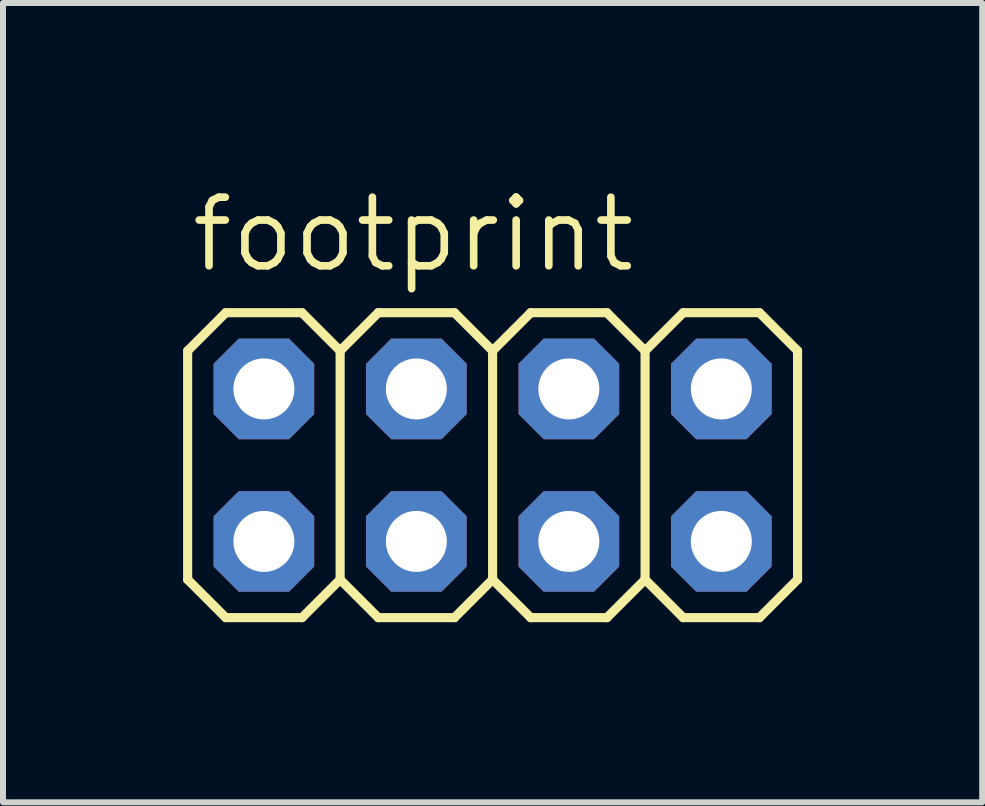
<source format=kicad_pcb>
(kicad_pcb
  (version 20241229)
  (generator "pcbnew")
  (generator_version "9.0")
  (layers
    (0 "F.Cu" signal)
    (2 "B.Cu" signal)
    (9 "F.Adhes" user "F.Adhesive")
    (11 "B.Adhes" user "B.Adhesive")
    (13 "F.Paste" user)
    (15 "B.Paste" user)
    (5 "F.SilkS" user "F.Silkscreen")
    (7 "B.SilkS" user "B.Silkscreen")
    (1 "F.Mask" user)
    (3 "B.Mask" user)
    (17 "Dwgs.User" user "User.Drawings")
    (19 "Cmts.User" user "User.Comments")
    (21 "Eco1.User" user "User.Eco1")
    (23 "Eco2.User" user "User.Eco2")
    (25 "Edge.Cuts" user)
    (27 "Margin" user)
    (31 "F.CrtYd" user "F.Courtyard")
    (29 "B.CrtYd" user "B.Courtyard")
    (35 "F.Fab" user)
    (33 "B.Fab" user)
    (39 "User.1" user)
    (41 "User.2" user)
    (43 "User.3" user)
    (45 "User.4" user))
  (footprint "footprint"
    (layer "F.Cu")
    (at 5.156 4.699)
    (property "Reference" "footprint" (at -5.08 -3.175 0) (layer "F.SilkS") (effects (font (size 1.143 1.143) (thickness 0.127)) (justify left bottom)))
    (fp_line (start -5.08 -1.905) (end -4.445 -2.54) (stroke (width 0.152) (type solid)) (layer "F.SilkS"))
    (fp_line (start -5.08 1.905) (end -5.08 -1.905) (stroke (width 0.152) (type solid)) (layer "F.SilkS"))
    (fp_line (start -5.08 1.905) (end -4.445 2.54) (stroke (width 0.152) (type solid)) (layer "F.SilkS"))
    (fp_line (start -4.445 -2.54) (end -3.175 -2.54) (stroke (width 0.152) (type solid)) (layer "F.SilkS"))
    (fp_line (start -4.445 2.54) (end -3.175 2.54) (stroke (width 0.152) (type solid)) (layer "F.SilkS"))
    (fp_line (start -3.175 -2.54) (end -2.54 -1.905) (stroke (width 0.152) (type solid)) (layer "F.SilkS"))
    (fp_line (start -3.175 2.54) (end -2.54 1.905) (stroke (width 0.152) (type solid)) (layer "F.SilkS"))
    (fp_line (start -2.54 -1.905) (end -2.54 1.905) (stroke (width 0.152) (type solid)) (layer "F.SilkS"))
    (fp_line (start -2.54 -1.905) (end -1.905 -2.54) (stroke (width 0.152) (type solid)) (layer "F.SilkS"))
    (fp_line (start -2.54 1.905) (end -1.905 2.54) (stroke (width 0.152) (type solid)) (layer "F.SilkS"))
    (fp_line (start -1.905 -2.54) (end -0.635 -2.54) (stroke (width 0.152) (type solid)) (layer "F.SilkS"))
    (fp_line (start -1.905 2.54) (end -0.635 2.54) (stroke (width 0.152) (type solid)) (layer "F.SilkS"))
    (fp_line (start -0.635 -2.54) (end 0 -1.905) (stroke (width 0.152) (type solid)) (layer "F.SilkS"))
    (fp_line (start -0.635 2.54) (end 0 1.905) (stroke (width 0.152) (type solid)) (layer "F.SilkS"))
    (fp_line (start 0 -1.905) (end 0 1.905) (stroke (width 0.152) (type solid)) (layer "F.SilkS"))
    (fp_line (start 0 -1.905) (end 0.635 -2.54) (stroke (width 0.152) (type solid)) (layer "F.SilkS"))
    (fp_line (start 0 1.905) (end 0.635 2.54) (stroke (width 0.152) (type solid)) (layer "F.SilkS"))
    (fp_line (start 0.635 -2.54) (end 1.905 -2.54) (stroke (width 0.152) (type solid)) (layer "F.SilkS"))
    (fp_line (start 0.635 2.54) (end 1.905 2.54) (stroke (width 0.152) (type solid)) (layer "F.SilkS"))
    (fp_line (start 1.905 -2.54) (end 2.54 -1.905) (stroke (width 0.152) (type solid)) (layer "F.SilkS"))
    (fp_line (start 1.905 2.54) (end 2.54 1.905) (stroke (width 0.152) (type solid)) (layer "F.SilkS"))
    (fp_line (start 2.54 -1.905) (end 2.54 1.905) (stroke (width 0.152) (type solid)) (layer "F.SilkS"))
    (fp_line (start 2.54 -1.905) (end 3.175 -2.54) (stroke (width 0.152) (type solid)) (layer "F.SilkS"))
    (fp_line (start 2.54 1.905) (end 3.175 2.54) (stroke (width 0.152) (type solid)) (layer "F.SilkS"))
    (fp_line (start 3.175 -2.54) (end 4.445 -2.54) (stroke (width 0.152) (type solid)) (layer "F.SilkS"))
    (fp_line (start 3.175 2.54) (end 4.445 2.54) (stroke (width 0.152) (type solid)) (layer "F.SilkS"))
    (fp_line (start 4.445 -2.54) (end 5.08 -1.905) (stroke (width 0.152) (type solid)) (layer "F.SilkS"))
    (fp_line (start 4.445 2.54) (end 5.08 1.905) (stroke (width 0.152) (type solid)) (layer "F.SilkS"))
    (fp_line (start 5.08 -1.905) (end 5.08 1.905) (stroke (width 0.152) (type solid)) (layer "F.SilkS"))
    (fp_poly (pts (xy -4.064 -1.016) (xy -3.556 -1.016) (xy -3.556 -1.524) (xy -4.064 -1.524)) (stroke (width 0.1) (type solid)) (fill no) (layer "F.Fab"))
    (fp_poly (pts (xy -4.064 1.524) (xy -3.556 1.524) (xy -3.556 1.016) (xy -4.064 1.016)) (stroke (width 0.1) (type solid)) (fill no) (layer "F.Fab"))
    (fp_poly (pts (xy -1.524 -1.016) (xy -1.016 -1.016) (xy -1.016 -1.524) (xy -1.524 -1.524)) (stroke (width 0.1) (type solid)) (fill no) (layer "F.Fab"))
    (fp_poly (pts (xy -1.524 1.524) (xy -1.016 1.524) (xy -1.016 1.016) (xy -1.524 1.016)) (stroke (width 0.1) (type solid)) (fill no) (layer "F.Fab"))
    (fp_poly (pts (xy 1.016 -1.016) (xy 1.524 -1.016) (xy 1.524 -1.524) (xy 1.016 -1.524)) (stroke (width 0.1) (type solid)) (fill no) (layer "F.Fab"))
    (fp_poly (pts (xy 1.016 1.524) (xy 1.524 1.524) (xy 1.524 1.016) (xy 1.016 1.016)) (stroke (width 0.1) (type solid)) (fill no) (layer "F.Fab"))
    (fp_poly (pts (xy 3.556 -1.016) (xy 4.064 -1.016) (xy 4.064 -1.524) (xy 3.556 -1.524)) (stroke (width 0.1) (type solid)) (fill no) (layer "F.Fab"))
    (fp_poly (pts (xy 3.556 1.524) (xy 4.064 1.524) (xy 4.064 1.016) (xy 3.556 1.016)) (stroke (width 0.1) (type solid)) (fill no) (layer "F.Fab"))
    (pad "1" thru_hole roundrect (at -3.81 1.27) (size 1.676 1.676) (drill 1.016) (layers "*.Cu" "*.Mask") (roundrect_rratio 0.25) (chamfer_ratio 0.25) (chamfer top_left top_right bottom_left bottom_right))
    (pad "2" thru_hole roundrect (at -3.81 -1.27) (size 1.676 1.676) (drill 1.016) (layers "*.Cu" "*.Mask") (roundrect_rratio 0.25) (chamfer_ratio 0.25) (chamfer top_left top_right bottom_left bottom_right))
    (pad "3" thru_hole roundrect (at -1.27 1.27) (size 1.676 1.676) (drill 1.016) (layers "*.Cu" "*.Mask") (roundrect_rratio 0.25) (chamfer_ratio 0.25) (chamfer top_left top_right bottom_left bottom_right))
    (pad "4" thru_hole roundrect (at -1.27 -1.27) (size 1.676 1.676) (drill 1.016) (layers "*.Cu" "*.Mask") (roundrect_rratio 0.25) (chamfer_ratio 0.25) (chamfer top_left top_right bottom_left bottom_right))
    (pad "5" thru_hole roundrect (at 1.27 1.27) (size 1.676 1.676) (drill 1.016) (layers "*.Cu" "*.Mask") (roundrect_rratio 0.25) (chamfer_ratio 0.25) (chamfer top_left top_right bottom_left bottom_right))
    (pad "6" thru_hole roundrect (at 1.27 -1.27) (size 1.676 1.676) (drill 1.016) (layers "*.Cu" "*.Mask") (roundrect_rratio 0.25) (chamfer_ratio 0.25) (chamfer top_left top_right bottom_left bottom_right))
    (pad "7" thru_hole roundrect (at 3.81 1.27) (size 1.676 1.676) (drill 1.016) (layers "*.Cu" "*.Mask") (roundrect_rratio 0.25) (chamfer_ratio 0.25) (chamfer top_left top_right bottom_left bottom_right))
    (pad "8" thru_hole roundrect (at 3.81 -1.27) (size 1.676 1.676) (drill 1.016) (layers "*.Cu" "*.Mask") (roundrect_rratio 0.25) (chamfer_ratio 0.25) (chamfer top_left top_right bottom_left bottom_right)))
  (gr_rect
    (start -3 -3)
    (end 13.312 10.315)
    (stroke (width 0.1) (type default))
    (fill no)
    (layer "Edge.Cuts")))
</source>
